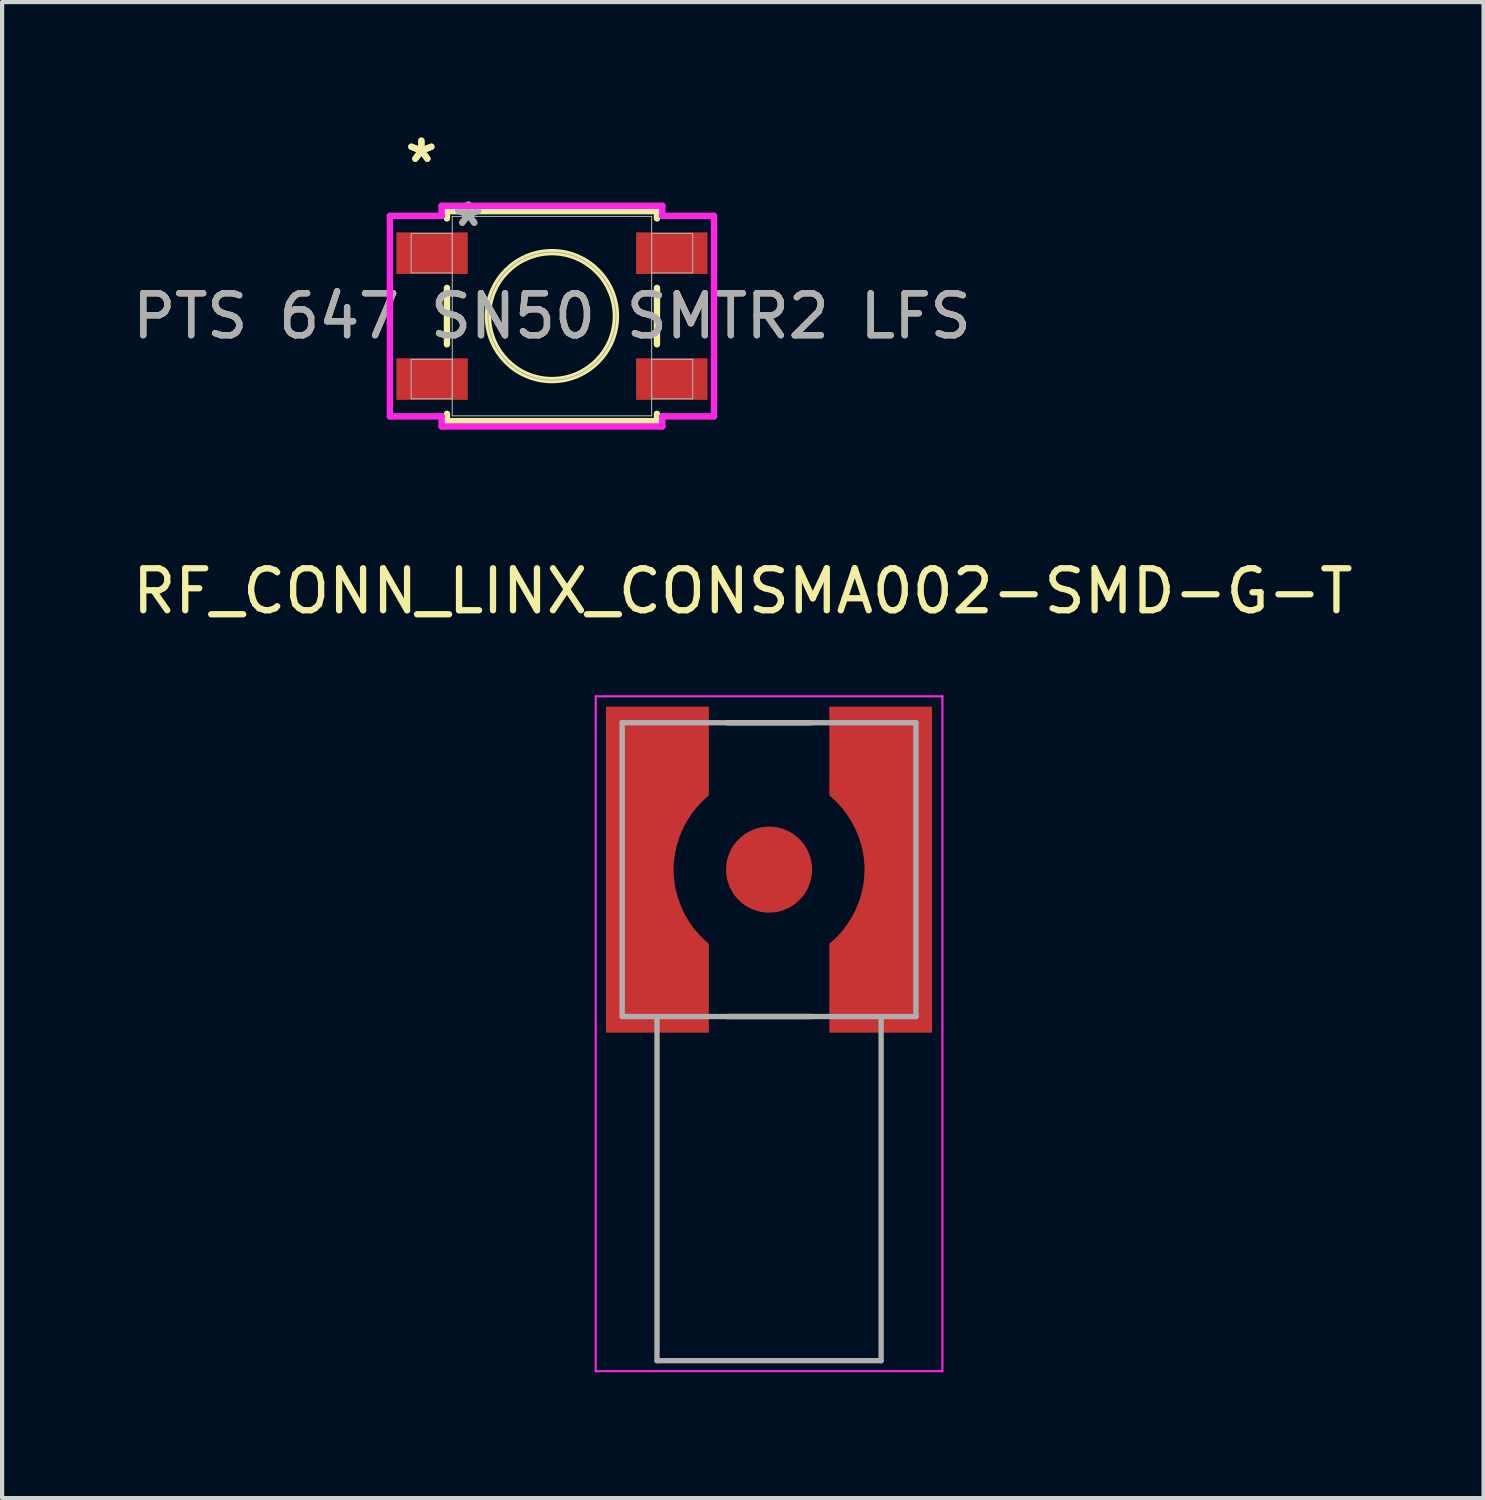
<source format=kicad_pcb>
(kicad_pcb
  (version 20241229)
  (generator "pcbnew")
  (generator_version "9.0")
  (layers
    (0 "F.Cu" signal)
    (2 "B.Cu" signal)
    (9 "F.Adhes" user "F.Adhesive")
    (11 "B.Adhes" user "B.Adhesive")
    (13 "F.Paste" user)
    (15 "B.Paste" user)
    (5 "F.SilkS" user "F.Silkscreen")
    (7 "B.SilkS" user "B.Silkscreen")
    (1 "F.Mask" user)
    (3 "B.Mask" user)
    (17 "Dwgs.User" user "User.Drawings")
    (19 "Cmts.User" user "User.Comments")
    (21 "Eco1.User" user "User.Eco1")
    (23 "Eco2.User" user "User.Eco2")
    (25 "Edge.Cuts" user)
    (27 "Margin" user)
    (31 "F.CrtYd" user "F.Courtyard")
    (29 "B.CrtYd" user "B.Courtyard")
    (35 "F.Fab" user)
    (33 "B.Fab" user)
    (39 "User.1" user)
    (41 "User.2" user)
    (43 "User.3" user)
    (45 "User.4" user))
  (footprint "RF_CONN_LINX_CONSMA002-SMD-G-T"
    (layer "F.Cu")
    (at 15.274 17.67)
    (property "Reference" "RF_CONN_LINX_CONSMA002-SMD-G-T" (at -0.625 -6.635 0) (layer "F.SilkS") (effects (font (size 1 1) (thickness 0.15))))
    (attr smd)
    (fp_poly (pts (xy -1.34 -3.98) (xy -3.98 -3.98) (xy -3.98 3.98) (xy -1.34 3.98) (xy -1.34 1.72) (xy -1.381 1.687) (xy -1.43 1.645) (xy -1.478 1.602) (xy -1.524 1.557) (xy -1.569 1.511) (xy -1.613 1.464) (xy -1.655 1.416) (xy -1.696 1.366) (xy -1.736 1.315) (xy -1.774 1.263) (xy -1.81 1.21) (xy -1.845 1.156) (xy -1.878 1.101) (xy -1.91 1.045) (xy -1.94 0.988) (xy -1.968 0.931) (xy -1.995 0.872) (xy -2.02 0.813) (xy -2.043 0.753) (xy -2.065 0.692) (xy -2.084 0.631) (xy -2.102 0.569) (xy -2.118 0.507) (xy -2.133 0.444) (xy -2.145 0.381) (xy -2.156 0.318) (xy -2.164 0.254) (xy -2.171 0.19) (xy -2.176 0.126) (xy -2.18 0.05) (xy -2.179 -0.028) (xy -2.176 -0.097) (xy -2.171 -0.166) (xy -2.164 -0.235) (xy -2.155 -0.303) (xy -2.144 -0.371) (xy -2.131 -0.439) (xy -2.116 -0.506) (xy -2.099 -0.573) (xy -2.08 -0.639) (xy -2.06 -0.705) (xy -2.037 -0.77) (xy -2.012 -0.835) (xy -1.986 -0.899) (xy -1.958 -0.962) (xy -1.928 -1.024) (xy -1.896 -1.085) (xy -1.862 -1.145) (xy -1.827 -1.204) (xy -1.79 -1.262) (xy -1.751 -1.32) (xy -1.711 -1.375) (xy -1.669 -1.43) (xy -1.625 -1.484) (xy -1.58 -1.536) (xy -1.533 -1.587) (xy -1.485 -1.636) (xy -1.436 -1.684) (xy -1.385 -1.731) (xy -1.34 -1.77) (xy -1.34 -3.98)) (stroke (width 0.01) (type solid)) (fill yes) (layer "F.Mask"))
    (fp_poly (pts (xy 1.34 -3.98) (xy 3.98 -3.98) (xy 3.98 3.98) (xy 1.34 3.98) (xy 1.34 1.72) (xy 1.391 1.677) (xy 1.441 1.633) (xy 1.489 1.588) (xy 1.536 1.542) (xy 1.581 1.494) (xy 1.625 1.445) (xy 1.667 1.395) (xy 1.708 1.343) (xy 1.748 1.29) (xy 1.786 1.237) (xy 1.822 1.182) (xy 1.857 1.126) (xy 1.89 1.069) (xy 1.921 1.011) (xy 1.951 0.952) (xy 1.979 0.892) (xy 2.005 0.832) (xy 2.03 0.771) (xy 2.053 0.709) (xy 2.074 0.647) (xy 2.093 0.584) (xy 2.11 0.52) (xy 2.125 0.456) (xy 2.139 0.391) (xy 2.15 0.327) (xy 2.16 0.261) (xy 2.168 0.196) (xy 2.174 0.13) (xy 2.178 0.065) (xy 2.18 0) (xy 2.179 -0.052) (xy 2.176 -0.119) (xy 2.171 -0.186) (xy 2.164 -0.253) (xy 2.156 -0.32) (xy 2.145 -0.387) (xy 2.132 -0.453) (xy 2.118 -0.519) (xy 2.101 -0.584) (xy 2.083 -0.649) (xy 2.062 -0.713) (xy 2.04 -0.777) (xy 2.016 -0.84) (xy 1.99 -0.902) (xy 1.963 -0.964) (xy 1.933 -1.025) (xy 1.902 -1.084) (xy 1.87 -1.143) (xy 1.835 -1.201) (xy 1.799 -1.258) (xy 1.761 -1.314) (xy 1.721 -1.368) (xy 1.68 -1.422) (xy 1.638 -1.474) (xy 1.594 -1.525) (xy 1.548 -1.575) (xy 1.501 -1.623) (xy 1.453 -1.67) (xy 1.403 -1.716) (xy 1.34 -1.77) (xy 1.34 -3.98)) (stroke (width 0.01) (type solid)) (fill yes) (layer "F.Mask"))
    (fp_line (start -1 -3.5) (end 1 -3.5) (stroke (width 0.127) (type solid)) (layer "F.SilkS"))
    (fp_line (start -1 3.5) (end 1 3.5) (stroke (width 0.127) (type solid)) (layer "F.SilkS"))
    (fp_poly (pts (xy -1.44 -3.88) (xy -3.88 -3.88) (xy -3.88 3.88) (xy -1.44 3.88) (xy -1.44 1.77) (xy -1.503 1.716) (xy -1.553 1.67) (xy -1.601 1.623) (xy -1.648 1.575) (xy -1.694 1.525) (xy -1.738 1.474) (xy -1.78 1.422) (xy -1.821 1.368) (xy -1.861 1.314) (xy -1.899 1.258) (xy -1.935 1.201) (xy -1.97 1.143) (xy -2.002 1.084) (xy -2.033 1.025) (xy -2.063 0.964) (xy -2.09 0.902) (xy -2.116 0.84) (xy -2.14 0.777) (xy -2.162 0.713) (xy -2.183 0.649) (xy -2.201 0.584) (xy -2.218 0.519) (xy -2.232 0.453) (xy -2.245 0.387) (xy -2.256 0.32) (xy -2.264 0.253) (xy -2.271 0.186) (xy -2.276 0.119) (xy -2.279 0.052) (xy -2.28 0) (xy -2.279 -0.052) (xy -2.276 -0.119) (xy -2.271 -0.186) (xy -2.264 -0.253) (xy -2.256 -0.32) (xy -2.245 -0.387) (xy -2.232 -0.453) (xy -2.218 -0.519) (xy -2.201 -0.584) (xy -2.183 -0.649) (xy -2.162 -0.713) (xy -2.14 -0.777) (xy -2.116 -0.84) (xy -2.09 -0.902) (xy -2.063 -0.964) (xy -2.033 -1.025) (xy -2.002 -1.084) (xy -1.97 -1.143) (xy -1.935 -1.201) (xy -1.899 -1.258) (xy -1.861 -1.314) (xy -1.821 -1.368) (xy -1.78 -1.422) (xy -1.738 -1.474) (xy -1.694 -1.525) (xy -1.648 -1.575) (xy -1.601 -1.623) (xy -1.553 -1.67) (xy -1.503 -1.716) (xy -1.44 -1.77) (xy -1.44 -3.88)) (stroke (width 0.01) (type solid)) (fill yes) (layer "F.Paste"))
    (fp_poly (pts (xy 1.44 -3.88) (xy 3.88 -3.88) (xy 3.88 3.88) (xy 1.44 3.88) (xy 1.44 1.77) (xy 1.503 1.716) (xy 1.553 1.67) (xy 1.601 1.623) (xy 1.648 1.575) (xy 1.694 1.525) (xy 1.738 1.474) (xy 1.78 1.422) (xy 1.821 1.368) (xy 1.861 1.314) (xy 1.899 1.258) (xy 1.935 1.201) (xy 1.97 1.143) (xy 2.002 1.084) (xy 2.033 1.025) (xy 2.063 0.964) (xy 2.09 0.902) (xy 2.116 0.84) (xy 2.14 0.777) (xy 2.162 0.713) (xy 2.183 0.649) (xy 2.201 0.584) (xy 2.218 0.519) (xy 2.232 0.453) (xy 2.245 0.387) (xy 2.256 0.32) (xy 2.264 0.253) (xy 2.271 0.186) (xy 2.276 0.119) (xy 2.279 0.052) (xy 2.28 0) (xy 2.279 -0.052) (xy 2.276 -0.119) (xy 2.271 -0.186) (xy 2.264 -0.253) (xy 2.256 -0.32) (xy 2.245 -0.387) (xy 2.232 -0.453) (xy 2.218 -0.519) (xy 2.201 -0.584) (xy 2.183 -0.649) (xy 2.162 -0.713) (xy 2.14 -0.777) (xy 2.116 -0.84) (xy 2.09 -0.902) (xy 2.063 -0.964) (xy 2.033 -1.025) (xy 2.002 -1.084) (xy 1.97 -1.143) (xy 1.935 -1.201) (xy 1.899 -1.258) (xy 1.861 -1.314) (xy 1.821 -1.368) (xy 1.78 -1.422) (xy 1.738 -1.474) (xy 1.694 -1.525) (xy 1.648 -1.575) (xy 1.601 -1.623) (xy 1.553 -1.67) (xy 1.503 -1.716) (xy 1.44 -1.77) (xy 1.44 -3.88)) (stroke (width 0.01) (type solid)) (fill yes) (layer "F.Paste"))
    (fp_line (start -4.13 -4.13) (end 4.13 -4.13) (stroke (width 0.05) (type solid)) (layer "F.CrtYd"))
    (fp_line (start -4.13 11.95) (end -4.13 -4.13) (stroke (width 0.05) (type solid)) (layer "F.CrtYd"))
    (fp_line (start 4.13 -4.13) (end 4.13 11.95) (stroke (width 0.05) (type solid)) (layer "F.CrtYd"))
    (fp_line (start 4.13 11.95) (end -4.13 11.95) (stroke (width 0.05) (type solid)) (layer "F.CrtYd"))
    (fp_line (start -3.5 -3.5) (end 3.5 -3.5) (stroke (width 0.127) (type solid)) (layer "F.Fab"))
    (fp_line (start -3.5 3.5) (end -3.5 -3.5) (stroke (width 0.127) (type solid)) (layer "F.Fab"))
    (fp_line (start -2.67 3.5) (end -3.5 3.5) (stroke (width 0.127) (type solid)) (layer "F.Fab"))
    (fp_line (start -2.67 3.5) (end -2.67 11.7) (stroke (width 0.127) (type solid)) (layer "F.Fab"))
    (fp_line (start -2.67 11.7) (end 2.67 11.7) (stroke (width 0.127) (type solid)) (layer "F.Fab"))
    (fp_line (start 2.67 3.5) (end -2.67 3.5) (stroke (width 0.127) (type solid)) (layer "F.Fab"))
    (fp_line (start 2.67 11.7) (end 2.67 3.5) (stroke (width 0.127) (type solid)) (layer "F.Fab"))
    (fp_line (start 3.5 -3.5) (end 3.5 3.5) (stroke (width 0.127) (type solid)) (layer "F.Fab"))
    (fp_line (start 3.5 3.5) (end 2.67 3.5) (stroke (width 0.127) (type solid)) (layer "F.Fab"))
    (pad "1" smd circle (at 0 0) (size 2.05 2.05) (layers "F.Cu" "F.Mask" "F.Paste"))
    (pad "S1" smd custom (at -3.1 0) (size 1 1) (layers "F.Cu") (options (anchor rect)) (primitives (gr_poly (pts (xy 1.66 -3.88) (xy -0.78 -3.88) (xy -0.78 3.88) (xy 1.66 3.88) (xy 1.66 1.77) (xy 1.597 1.716) (xy 1.547 1.67) (xy 1.499 1.623) (xy 1.452 1.575) (xy 1.406 1.525) (xy 1.362 1.474) (xy 1.32 1.422) (xy 1.279 1.368) (xy 1.239 1.314) (xy 1.201 1.258) (xy 1.165 1.201) (xy 1.13 1.143) (xy 1.098 1.084) (xy 1.067 1.025) (xy 1.037 0.964) (xy 1.01 0.902) (xy 0.984 0.84) (xy 0.96 0.777) (xy 0.938 0.713) (xy 0.917 0.649) (xy 0.899 0.584) (xy 0.882 0.519) (xy 0.868 0.453) (xy 0.855 0.387) (xy 0.844 0.32) (xy 0.836 0.253) (xy 0.829 0.186) (xy 0.824 0.119) (xy 0.821 0.052) (xy 0.82 0) (xy 0.821 -0.052) (xy 0.824 -0.119) (xy 0.829 -0.186) (xy 0.836 -0.253) (xy 0.844 -0.32) (xy 0.855 -0.387) (xy 0.868 -0.453) (xy 0.882 -0.519) (xy 0.899 -0.584) (xy 0.917 -0.649) (xy 0.938 -0.713) (xy 0.96 -0.777) (xy 0.984 -0.84) (xy 1.01 -0.902) (xy 1.037 -0.964) (xy 1.067 -1.025) (xy 1.098 -1.084) (xy 1.13 -1.143) (xy 1.165 -1.201) (xy 1.201 -1.258) (xy 1.239 -1.314) (xy 1.279 -1.368) (xy 1.32 -1.422) (xy 1.362 -1.474) (xy 1.406 -1.525) (xy 1.452 -1.575) (xy 1.499 -1.623) (xy 1.547 -1.67) (xy 1.597 -1.716) (xy 1.66 -1.77) (xy 1.66 -3.88)) (width 0.01) (fill yes))))
    (pad "S2" smd custom (at 3.1 0) (size 1 1) (layers "F.Cu") (options (anchor rect)) (primitives (gr_poly (pts (xy -1.66 -3.88) (xy 0.78 -3.88) (xy 0.78 3.88) (xy -1.66 3.88) (xy -1.66 1.77) (xy -1.597 1.716) (xy -1.547 1.67) (xy -1.499 1.623) (xy -1.452 1.575) (xy -1.406 1.525) (xy -1.362 1.474) (xy -1.32 1.422) (xy -1.279 1.368) (xy -1.239 1.314) (xy -1.201 1.258) (xy -1.165 1.201) (xy -1.13 1.143) (xy -1.098 1.084) (xy -1.067 1.025) (xy -1.037 0.964) (xy -1.01 0.902) (xy -0.984 0.84) (xy -0.96 0.777) (xy -0.938 0.713) (xy -0.917 0.649) (xy -0.899 0.584) (xy -0.882 0.519) (xy -0.868 0.453) (xy -0.855 0.387) (xy -0.844 0.32) (xy -0.836 0.253) (xy -0.829 0.186) (xy -0.824 0.119) (xy -0.821 0.052) (xy -0.82 0) (xy -0.821 -0.052) (xy -0.824 -0.119) (xy -0.829 -0.186) (xy -0.836 -0.253) (xy -0.844 -0.32) (xy -0.855 -0.387) (xy -0.868 -0.453) (xy -0.882 -0.519) (xy -0.899 -0.584) (xy -0.917 -0.649) (xy -0.938 -0.713) (xy -0.96 -0.777) (xy -0.984 -0.84) (xy -1.01 -0.902) (xy -1.037 -0.964) (xy -1.067 -1.025) (xy -1.098 -1.084) (xy -1.13 -1.143) (xy -1.165 -1.201) (xy -1.201 -1.258) (xy -1.239 -1.314) (xy -1.279 -1.368) (xy -1.32 -1.422) (xy -1.362 -1.474) (xy -1.406 -1.525) (xy -1.452 -1.575) (xy -1.499 -1.623) (xy -1.547 -1.67) (xy -1.597 -1.716) (xy -1.66 -1.77) (xy -1.66 -2.35) (xy -1.66 -3.88)) (width 0.01) (fill yes)))))
  (footprint "PTS 647 SN50 SMTR2 LFS"
    (layer "F.Cu")
    (at 10.101 4.482)
    (property "Reference" "PTS 647 SN50 SMTR2 LFS" (at 0 0 0) (unlocked yes) (layer "F.SilkS") (effects (font (size 1 1) (thickness 0.15))))
    (attr smd)
    (fp_line (start -2.502 -2.502) (end -2.502 -2.328) (stroke (width 0.152) (type solid)) (layer "F.SilkS"))
    (fp_line (start -2.502 -0.672) (end -2.502 0.672) (stroke (width 0.152) (type solid)) (layer "F.SilkS"))
    (fp_line (start -2.502 2.328) (end -2.502 2.502) (stroke (width 0.152) (type solid)) (layer "F.SilkS"))
    (fp_line (start -2.502 2.502) (end 2.502 2.502) (stroke (width 0.152) (type solid)) (layer "F.SilkS"))
    (fp_line (start 2.502 -2.502) (end -2.502 -2.502) (stroke (width 0.152) (type solid)) (layer "F.SilkS"))
    (fp_line (start 2.502 -2.328) (end 2.502 -2.502) (stroke (width 0.152) (type solid)) (layer "F.SilkS"))
    (fp_line (start 2.502 0.672) (end 2.502 -0.672) (stroke (width 0.152) (type solid)) (layer "F.SilkS"))
    (fp_line (start 2.502 2.502) (end 2.502 2.328) (stroke (width 0.152) (type solid)) (layer "F.SilkS"))
    (fp_circle (center 0 0) (end 1.524 0) (stroke (width 0.152) (type solid)) (fill no) (layer "F.SilkS"))
    (fp_line (start -3.861 -2.389) (end -2.629 -2.389) (stroke (width 0.152) (type solid)) (layer "F.CrtYd"))
    (fp_line (start -3.861 2.389) (end -3.861 -2.389) (stroke (width 0.152) (type solid)) (layer "F.CrtYd"))
    (fp_line (start -2.629 -2.629) (end 2.629 -2.629) (stroke (width 0.152) (type solid)) (layer "F.CrtYd"))
    (fp_line (start -2.629 -2.389) (end -2.629 -2.629) (stroke (width 0.152) (type solid)) (layer "F.CrtYd"))
    (fp_line (start -2.629 2.389) (end -3.861 2.389) (stroke (width 0.152) (type solid)) (layer "F.CrtYd"))
    (fp_line (start -2.629 2.629) (end -2.629 2.389) (stroke (width 0.152) (type solid)) (layer "F.CrtYd"))
    (fp_line (start 2.629 -2.629) (end 2.629 -2.389) (stroke (width 0.152) (type solid)) (layer "F.CrtYd"))
    (fp_line (start 2.629 -2.389) (end 3.861 -2.389) (stroke (width 0.152) (type solid)) (layer "F.CrtYd"))
    (fp_line (start 2.629 2.389) (end 2.629 2.629) (stroke (width 0.152) (type solid)) (layer "F.CrtYd"))
    (fp_line (start 2.629 2.629) (end -2.629 2.629) (stroke (width 0.152) (type solid)) (layer "F.CrtYd"))
    (fp_line (start 3.861 -2.389) (end 3.861 2.389) (stroke (width 0.152) (type solid)) (layer "F.CrtYd"))
    (fp_line (start 3.861 2.389) (end 2.629 2.389) (stroke (width 0.152) (type solid)) (layer "F.CrtYd"))
    (fp_line (start -3.353 -1.97) (end -3.353 -1.03) (stroke (width 0.025) (type solid)) (layer "F.Fab"))
    (fp_line (start -3.353 -1.03) (end -2.375 -1.03) (stroke (width 0.025) (type solid)) (layer "F.Fab"))
    (fp_line (start -3.353 1.03) (end -3.353 1.97) (stroke (width 0.025) (type solid)) (layer "F.Fab"))
    (fp_line (start -3.353 1.97) (end -2.375 1.97) (stroke (width 0.025) (type solid)) (layer "F.Fab"))
    (fp_line (start -2.375 -2.375) (end -2.375 2.375) (stroke (width 0.025) (type solid)) (layer "F.Fab"))
    (fp_line (start -2.375 -1.97) (end -3.353 -1.97) (stroke (width 0.025) (type solid)) (layer "F.Fab"))
    (fp_line (start -2.375 -1.03) (end -2.375 -1.97) (stroke (width 0.025) (type solid)) (layer "F.Fab"))
    (fp_line (start -2.375 1.03) (end -3.353 1.03) (stroke (width 0.025) (type solid)) (layer "F.Fab"))
    (fp_line (start -2.375 1.97) (end -2.375 1.03) (stroke (width 0.025) (type solid)) (layer "F.Fab"))
    (fp_line (start -2.375 2.375) (end 2.375 2.375) (stroke (width 0.025) (type solid)) (layer "F.Fab"))
    (fp_line (start 2.375 -2.375) (end -2.375 -2.375) (stroke (width 0.025) (type solid)) (layer "F.Fab"))
    (fp_line (start 2.375 -1.97) (end 2.375 -1.03) (stroke (width 0.025) (type solid)) (layer "F.Fab"))
    (fp_line (start 2.375 -1.03) (end 3.353 -1.03) (stroke (width 0.025) (type solid)) (layer "F.Fab"))
    (fp_line (start 2.375 1.03) (end 2.375 1.97) (stroke (width 0.025) (type solid)) (layer "F.Fab"))
    (fp_line (start 2.375 1.97) (end 3.353 1.97) (stroke (width 0.025) (type solid)) (layer "F.Fab"))
    (fp_line (start 2.375 2.375) (end 2.375 -2.375) (stroke (width 0.025) (type solid)) (layer "F.Fab"))
    (fp_line (start 3.353 -1.97) (end 2.375 -1.97) (stroke (width 0.025) (type solid)) (layer "F.Fab"))
    (fp_line (start 3.353 -1.03) (end 3.353 -1.97) (stroke (width 0.025) (type solid)) (layer "F.Fab"))
    (fp_line (start 3.353 1.03) (end 2.375 1.03) (stroke (width 0.025) (type solid)) (layer "F.Fab"))
    (fp_line (start 3.353 1.97) (end 3.353 1.03) (stroke (width 0.025) (type solid)) (layer "F.Fab"))
    (fp_circle (center 0 0) (end 1.524 0) (stroke (width 0.025) (type solid)) (fill no) (layer "F.Fab"))
    (fp_text user "*" (at -3.111 -3.634 0) (layer "F.SilkS") (effects (font (size 1 1) (thickness 0.15))))
    (fp_text user "*" (at -3.111 -3.634 0) (unlocked yes) (layer "F.SilkS") (effects (font (size 1 1) (thickness 0.15))))
    (fp_text user "*" (at -1.994 -2.11 0) (layer "F.Fab") (effects (font (size 1 1) (thickness 0.15))))
    (fp_text user "${REFERENCE}" (at 0 0 0) (unlocked yes) (layer "F.Fab") (effects (font (size 1 1) (thickness 0.15))))
    (fp_text user "*" (at -1.994 -2.11 0) (unlocked yes) (layer "F.Fab") (effects (font (size 1 1) (thickness 0.15))))
    (pad "1" smd rect (at -2.857 -1.5) (size 1.702 0.991) (layers "F.Cu" "F.Mask" "F.Paste"))
    (pad "2" smd rect (at 2.857 -1.5) (size 1.702 0.991) (layers "F.Cu" "F.Mask" "F.Paste"))
    (pad "3" smd rect (at -2.857 1.5) (size 1.702 0.991) (layers "F.Cu" "F.Mask" "F.Paste"))
    (pad "4" smd rect (at 2.857 1.5) (size 1.702 0.991) (layers "F.Cu" "F.Mask" "F.Paste")))
  (gr_rect
    (start -3 -3)
    (end 32.298 32.645)
    (stroke (width 0.1) (type default))
    (fill no)
    (layer "Edge.Cuts")))
</source>
